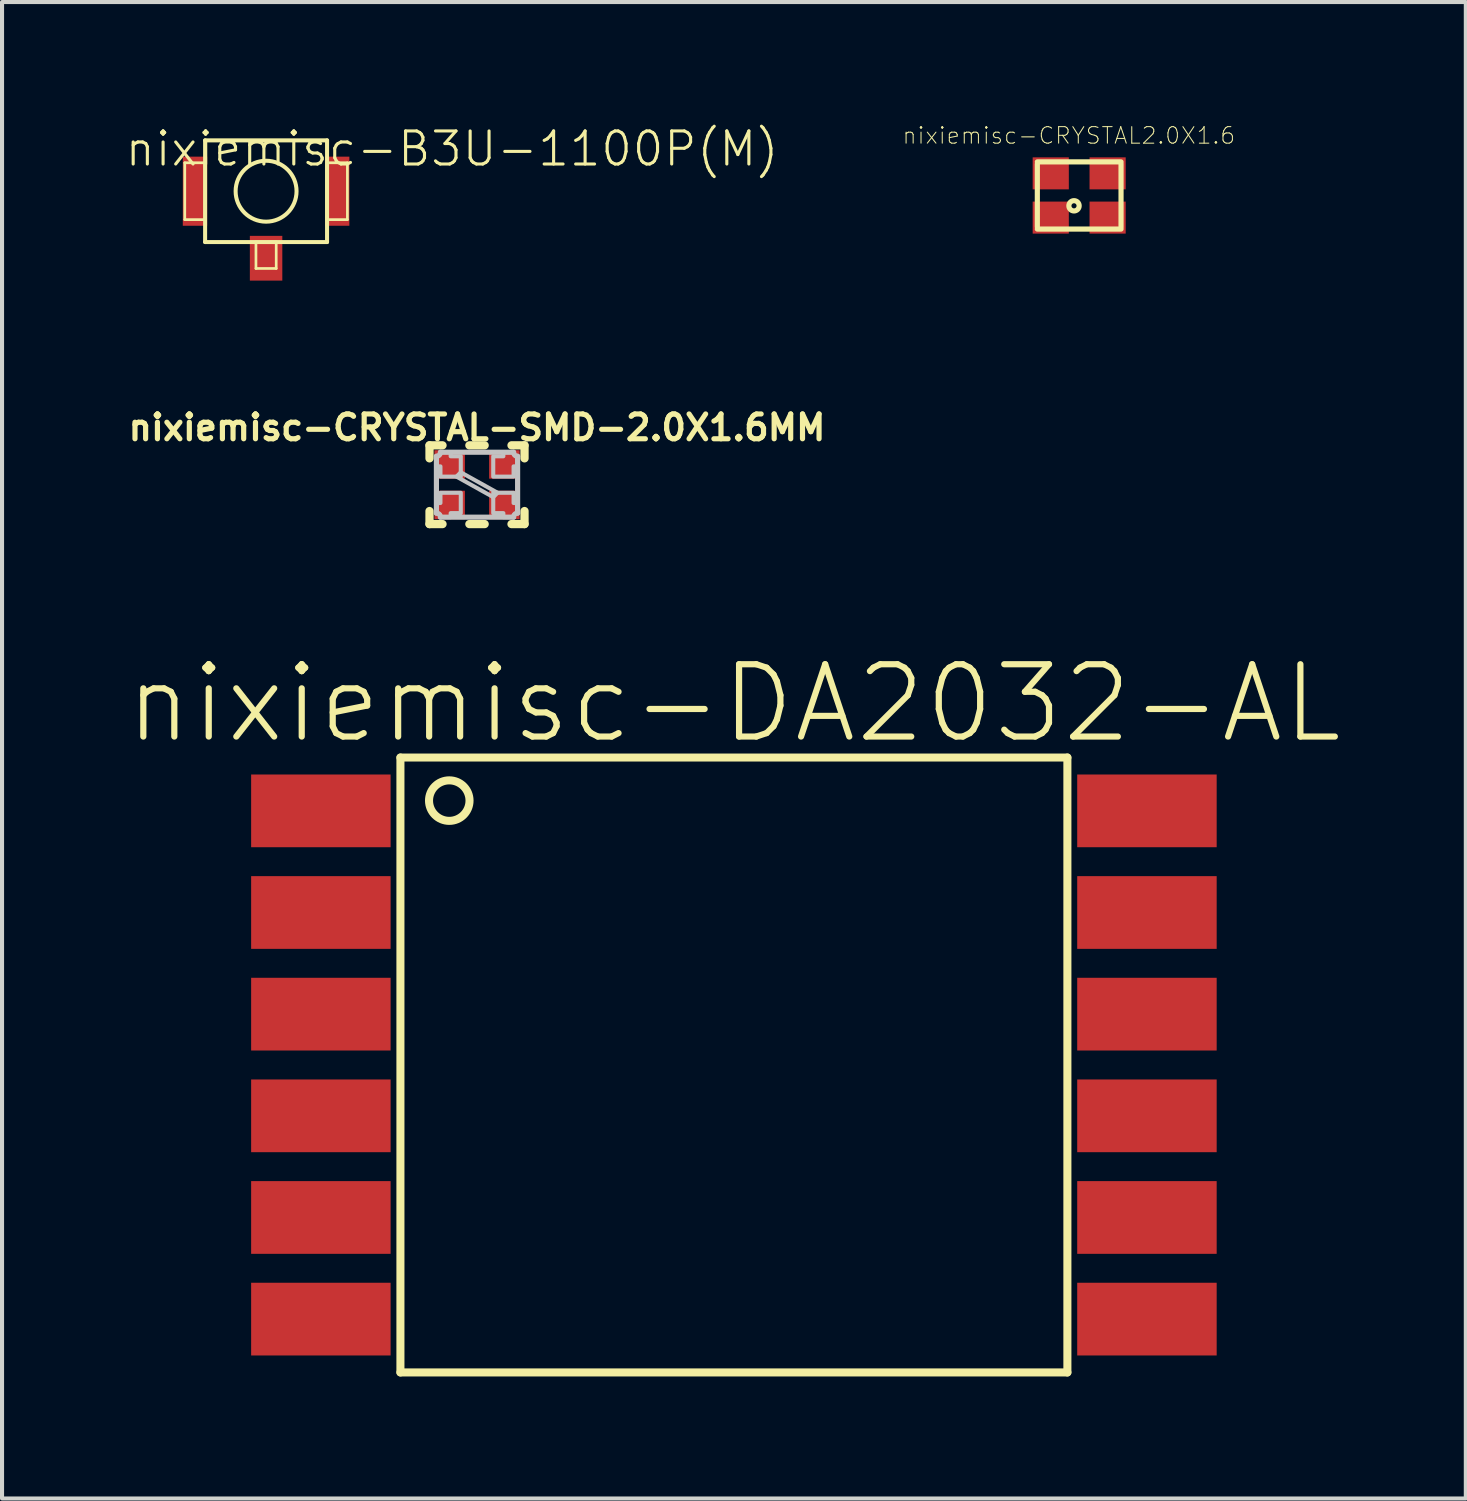
<source format=kicad_pcb>
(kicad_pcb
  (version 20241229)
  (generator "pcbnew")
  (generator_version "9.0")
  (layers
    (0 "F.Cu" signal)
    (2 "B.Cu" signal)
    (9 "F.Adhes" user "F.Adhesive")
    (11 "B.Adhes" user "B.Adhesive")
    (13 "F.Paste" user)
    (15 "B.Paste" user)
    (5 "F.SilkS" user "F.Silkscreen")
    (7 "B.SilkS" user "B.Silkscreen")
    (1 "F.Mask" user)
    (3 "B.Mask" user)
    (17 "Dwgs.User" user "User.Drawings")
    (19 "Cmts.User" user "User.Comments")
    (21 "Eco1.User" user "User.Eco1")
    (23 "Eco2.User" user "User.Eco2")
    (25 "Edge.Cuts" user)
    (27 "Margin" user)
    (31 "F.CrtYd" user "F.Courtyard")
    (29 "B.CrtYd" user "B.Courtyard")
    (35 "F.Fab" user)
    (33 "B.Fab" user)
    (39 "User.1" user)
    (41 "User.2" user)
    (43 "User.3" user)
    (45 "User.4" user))
  (footprint "nixiemisc-CRYSTAL2.0X1.6"
    (layer "F.Cu")
    (at 23.483 1.756)
    (property "Reference" "nixiemisc-CRYSTAL2.0X1.6" (at -0.254 -1.473 0) (layer "F.SilkS") (effects (font (size 0.406 0.406) (thickness 0.025))))
    (attr smd)
    (fp_line (start -1.029 -0.826) (end 1.029 -0.826) (stroke (width 0.127) (type solid)) (layer "F.SilkS"))
    (fp_line (start -1.029 -0.775) (end -1.029 0.775) (stroke (width 0.127) (type solid)) (layer "F.SilkS"))
    (fp_line (start -1.029 0.826) (end 1.029 0.826) (stroke (width 0.127) (type solid)) (layer "F.SilkS"))
    (fp_line (start 1.029 -0.775) (end 1.029 0.775) (stroke (width 0.127) (type solid)) (layer "F.SilkS"))
    (fp_circle (center -0.127 0.254) (end -0.127 0.191) (stroke (width 0.127) (type solid)) (fill no) (layer "F.SilkS"))
    (pad "1" smd rect (at -0.699 0.544) (size 0.889 0.787) (layers "F.Cu" "F.Mask" "F.Paste"))
    (pad "2" smd rect (at 0.699 0.544) (size 0.889 0.787) (layers "F.Cu" "F.Mask" "F.Paste"))
    (pad "3" smd rect (at 0.699 -0.544) (size 0.889 0.787) (layers "F.Cu" "F.Mask" "F.Paste"))
    (pad "4" smd rect (at -0.699 -0.544) (size 0.889 0.787) (layers "F.Cu" "F.Mask" "F.Paste")))
  (footprint "nixiemisc-B3U-1100P(M)"
    (layer "F.Cu")
    (at 3.492 1.651)
    (property "Reference" "nixiemisc-B3U-1100P(M)" (at 4.572 -1.041 0) (layer "F.SilkS") (effects (font (size 0.813 0.813) (thickness 0.076))))
    (attr smd)
    (fp_line (start -2.05 -0.848) (end -1.448 -0.848) (stroke (width 0.066) (type solid)) (layer "F.Mask"))
    (fp_line (start -2.05 0.848) (end -2.05 -0.848) (stroke (width 0.066) (type solid)) (layer "F.Mask"))
    (fp_line (start -2.05 0.848) (end -1.448 0.848) (stroke (width 0.066) (type solid)) (layer "F.Mask"))
    (fp_line (start -1.448 0.848) (end -1.448 -0.848) (stroke (width 0.066) (type solid)) (layer "F.Mask"))
    (fp_line (start -0.399 1.1) (end 0.399 1.1) (stroke (width 0.066) (type solid)) (layer "F.Mask"))
    (fp_line (start -0.399 2.2) (end -0.399 1.1) (stroke (width 0.066) (type solid)) (layer "F.Mask"))
    (fp_line (start -0.399 2.2) (end 0.399 2.2) (stroke (width 0.066) (type solid)) (layer "F.Mask"))
    (fp_line (start 0.399 2.2) (end 0.399 1.1) (stroke (width 0.066) (type solid)) (layer "F.Mask"))
    (fp_line (start 1.448 -0.848) (end 2.05 -0.848) (stroke (width 0.066) (type solid)) (layer "F.Mask"))
    (fp_line (start 1.448 0.848) (end 1.448 -0.848) (stroke (width 0.066) (type solid)) (layer "F.Mask"))
    (fp_line (start 1.448 0.848) (end 2.05 0.848) (stroke (width 0.066) (type solid)) (layer "F.Mask"))
    (fp_line (start 2.05 0.848) (end 2.05 -0.848) (stroke (width 0.066) (type solid)) (layer "F.Mask"))
    (fp_line (start -1.999 -0.699) (end -1.499 -0.699) (stroke (width 0.066) (type solid)) (layer "F.SilkS"))
    (fp_line (start -1.999 0.699) (end -1.999 -0.699) (stroke (width 0.066) (type solid)) (layer "F.SilkS"))
    (fp_line (start -1.999 0.699) (end -1.499 0.699) (stroke (width 0.066) (type solid)) (layer "F.SilkS"))
    (fp_line (start -1.499 -1.25) (end 1.499 -1.25) (stroke (width 0.099) (type solid)) (layer "F.SilkS"))
    (fp_line (start -1.499 0.699) (end -1.499 -0.699) (stroke (width 0.066) (type solid)) (layer "F.SilkS"))
    (fp_line (start -1.499 1.25) (end -1.499 -1.25) (stroke (width 0.099) (type solid)) (layer "F.SilkS"))
    (fp_line (start -0.249 1.25) (end 0.249 1.25) (stroke (width 0.066) (type solid)) (layer "F.SilkS"))
    (fp_line (start -0.249 1.9) (end -0.249 1.25) (stroke (width 0.066) (type solid)) (layer "F.SilkS"))
    (fp_line (start -0.249 1.9) (end 0.249 1.9) (stroke (width 0.066) (type solid)) (layer "F.SilkS"))
    (fp_line (start 0.249 1.9) (end 0.249 1.25) (stroke (width 0.066) (type solid)) (layer "F.SilkS"))
    (fp_line (start 1.499 -1.25) (end 1.499 1.25) (stroke (width 0.099) (type solid)) (layer "F.SilkS"))
    (fp_line (start 1.499 -0.699) (end 1.499 0.699) (stroke (width 0.066) (type solid)) (layer "F.SilkS"))
    (fp_line (start 1.499 1.25) (end -1.499 1.25) (stroke (width 0.099) (type solid)) (layer "F.SilkS"))
    (fp_line (start 1.999 -0.699) (end 1.499 -0.699) (stroke (width 0.066) (type solid)) (layer "F.SilkS"))
    (fp_line (start 1.999 -0.699) (end 1.999 0.699) (stroke (width 0.066) (type solid)) (layer "F.SilkS"))
    (fp_line (start 1.999 0.699) (end 1.499 0.699) (stroke (width 0.066) (type solid)) (layer "F.SilkS"))
    (fp_circle (center 0 0) (end 0 -0.749) (stroke (width 0.099) (type solid)) (fill no) (layer "F.SilkS"))
    (pad "1" smd rect (at -1.748 0) (size 0.599 1.699) (layers "F.Cu" "F.Mask" "F.Paste"))
    (pad "2" smd rect (at 1.748 0) (size 0.599 1.699) (layers "F.Cu" "F.Mask" "F.Paste"))
    (pad "GND" smd rect (at 0 1.648) (size 0.798 1.1) (layers "F.Cu" "F.Mask" "F.Paste")))
  (footprint "nixiemisc-CRYSTAL-SMD-2.0X1.6MM"
    (layer "F.Cu")
    (at 8.678 8.867)
    (property "Reference" "nixiemisc-CRYSTAL-SMD-2.0X1.6MM" (at 0 -1.405 0) (layer "F.SilkS") (effects (font (size 0.61 0.61) (thickness 0.127))))
    (attr smd)
    (fp_line (start -1.168 -0.648) (end -1.168 -0.968) (stroke (width 0.203) (type solid)) (layer "F.SilkS"))
    (fp_line (start -1.168 0.648) (end -1.168 0.968) (stroke (width 0.203) (type solid)) (layer "F.SilkS"))
    (fp_line (start -0.848 -0.968) (end -1.168 -0.968) (stroke (width 0.203) (type solid)) (layer "F.SilkS"))
    (fp_line (start -0.848 0.968) (end -1.168 0.968) (stroke (width 0.203) (type solid)) (layer "F.SilkS"))
    (fp_line (start -0.188 0.968) (end 0.188 0.968) (stroke (width 0.203) (type solid)) (layer "F.SilkS"))
    (fp_line (start 0.188 -0.968) (end -0.188 -0.968) (stroke (width 0.203) (type solid)) (layer "F.SilkS"))
    (fp_line (start 0.848 -0.968) (end 1.168 -0.968) (stroke (width 0.203) (type solid)) (layer "F.SilkS"))
    (fp_line (start 0.848 0.968) (end 1.168 0.968) (stroke (width 0.203) (type solid)) (layer "F.SilkS"))
    (fp_line (start 1.168 -0.648) (end 1.168 -0.968) (stroke (width 0.203) (type solid)) (layer "F.SilkS"))
    (fp_line (start 1.168 0.648) (end 1.168 0.968) (stroke (width 0.203) (type solid)) (layer "F.SilkS"))
    (fp_line (start -0.998 -0.699) (end -0.998 0.699) (stroke (width 0.127) (type solid)) (layer "Dwgs.User"))
    (fp_line (start -0.899 0.798) (end 0.899 0.798) (stroke (width 0.127) (type solid)) (layer "Dwgs.User"))
    (fp_line (start 0.899 -0.798) (end -0.899 -0.798) (stroke (width 0.127) (type solid)) (layer "Dwgs.User"))
    (fp_line (start 0.998 0.699) (end 0.998 -0.699) (stroke (width 0.127) (type solid)) (layer "Dwgs.User"))
    (fp_arc (start -0.99822 0.6985) (mid -0.928174 0.727514) (end -0.89916 0.79756) (stroke (width 0.127) (type solid)) (layer "Dwgs.User"))
    (fp_arc (start -0.89916 -0.79756) (mid -0.928174 -0.727514) (end -0.99822 -0.6985) (stroke (width 0.127) (type solid)) (layer "Dwgs.User"))
    (fp_arc (start 0.89916 0.79756) (mid 0.928174 0.727514) (end 0.99822 0.6985) (stroke (width 0.127) (type solid)) (layer "Dwgs.User"))
    (fp_arc (start 0.99822 -0.6985) (mid 0.928174 -0.727514) (end 0.89916 -0.79756) (stroke (width 0.127) (type solid)) (layer "Dwgs.User"))
    (fp_poly (pts (xy 0.505 0.198) (xy -0.399 -0.305) (xy -0.505 -0.198) (xy 0.399 0.305) (xy 0.505 0.198)) (stroke (width 0.1) (type solid)) (fill no) (layer "Dwgs.User"))
    (fp_poly (pts (xy -0.399 -0.198) (xy -0.399 -0.699) (xy -0.648 -0.699) (xy -0.648 -0.798) (xy -0.899 -0.798) (xy -0.904 -0.767) (xy -0.917 -0.739) (xy -0.94 -0.719) (xy -0.968 -0.704) (xy -0.998 -0.699) (xy -0.998 -0.45) (xy -0.899 -0.45) (xy -0.899 -0.198) (xy -0.399 -0.198)) (stroke (width 0.1) (type solid)) (fill no) (layer "Dwgs.User"))
    (fp_poly (pts (xy -0.399 0.198) (xy -0.399 0.699) (xy -0.648 0.699) (xy -0.648 0.798) (xy -0.899 0.798) (xy -0.904 0.767) (xy -0.917 0.739) (xy -0.94 0.719) (xy -0.968 0.704) (xy -0.998 0.699) (xy -0.998 0.45) (xy -0.899 0.45) (xy -0.899 0.198) (xy -0.399 0.198)) (stroke (width 0.1) (type solid)) (fill no) (layer "Dwgs.User"))
    (fp_poly (pts (xy 0.399 -0.198) (xy 0.399 -0.699) (xy 0.648 -0.699) (xy 0.648 -0.798) (xy 0.899 -0.798) (xy 0.904 -0.767) (xy 0.917 -0.739) (xy 0.94 -0.719) (xy 0.968 -0.704) (xy 0.998 -0.699) (xy 0.998 -0.45) (xy 0.899 -0.45) (xy 0.899 -0.198) (xy 0.399 -0.198)) (stroke (width 0.1) (type solid)) (fill no) (layer "Dwgs.User"))
    (fp_poly (pts (xy 0.399 0.198) (xy 0.399 0.699) (xy 0.648 0.699) (xy 0.648 0.798) (xy 0.899 0.798) (xy 0.904 0.767) (xy 0.917 0.739) (xy 0.94 0.719) (xy 0.968 0.704) (xy 0.998 0.699) (xy 0.998 0.45) (xy 0.899 0.45) (xy 0.899 0.198) (xy 0.399 0.198)) (stroke (width 0.1) (type solid)) (fill no) (layer "Dwgs.User"))
    (pad "1" smd rect (at -0.673 0.498) (size 0.749 0.699) (layers "F.Cu" "F.Mask" "F.Paste"))
    (pad "2" smd rect (at 0.673 0.498 180) (size 0.749 0.699) (layers "F.Cu" "F.Mask" "F.Paste"))
    (pad "3" smd rect (at 0.673 -0.498 180) (size 0.749 0.699) (layers "F.Cu" "F.Mask" "F.Paste"))
    (pad "4" smd rect (at -0.673 -0.498) (size 0.749 0.699) (layers "F.Cu" "F.Mask" "F.Paste")))
  (footprint "nixiemisc-DA2032-AL"
    (layer "F.Cu")
    (at 14.994 23.134)
    (property "Reference" "nixiemisc-DA2032-AL" (at 0 -8.89 0) (layer "F.SilkS") (effects (font (size 1.778 1.778) (thickness 0.152))))
    (attr smd)
    (fp_line (start -8.199 -7.559) (end 8.199 -7.559) (stroke (width 0.198) (type solid)) (layer "F.SilkS"))
    (fp_line (start -8.199 7.559) (end -8.199 -7.559) (stroke (width 0.198) (type solid)) (layer "F.SilkS"))
    (fp_line (start 8.199 -7.559) (end 8.199 7.559) (stroke (width 0.198) (type solid)) (layer "F.SilkS"))
    (fp_line (start 8.199 7.559) (end -8.199 7.559) (stroke (width 0.198) (type solid)) (layer "F.SilkS"))
    (fp_circle (center -6.998 -6.5) (end -6.998 -6.998) (stroke (width 0.198) (type solid)) (fill no) (layer "F.SilkS"))
    (pad "P$1" smd rect (at -10.155 -6.248) (size 3.429 1.788) (layers "F.Cu" "F.Mask" "F.Paste"))
    (pad "P$2" smd rect (at -10.155 -3.749) (size 3.429 1.788) (layers "F.Cu" "F.Mask" "F.Paste"))
    (pad "P$3" smd rect (at -10.155 -1.25) (size 3.429 1.788) (layers "F.Cu" "F.Mask" "F.Paste"))
    (pad "P$4" smd rect (at -10.155 1.25) (size 3.429 1.788) (layers "F.Cu" "F.Mask" "F.Paste"))
    (pad "P$5" smd rect (at -10.155 3.749) (size 3.429 1.788) (layers "F.Cu" "F.Mask" "F.Paste"))
    (pad "P$6" smd rect (at -10.155 6.248) (size 3.429 1.788) (layers "F.Cu" "F.Mask" "F.Paste"))
    (pad "P$7" smd rect (at 10.155 6.248) (size 3.429 1.788) (layers "F.Cu" "F.Mask" "F.Paste"))
    (pad "P$8" smd rect (at 10.155 3.749) (size 3.429 1.788) (layers "F.Cu" "F.Mask" "F.Paste"))
    (pad "P$9" smd rect (at 10.155 1.25) (size 3.429 1.788) (layers "F.Cu" "F.Mask" "F.Paste"))
    (pad "P$10" smd rect (at 10.155 -1.25) (size 3.429 1.788) (layers "F.Cu" "F.Mask" "F.Paste"))
    (pad "P$11" smd rect (at 10.155 -3.749) (size 3.429 1.788) (layers "F.Cu" "F.Mask" "F.Paste"))
    (pad "P$12" smd rect (at 10.155 -6.248) (size 3.429 1.788) (layers "F.Cu" "F.Mask" "F.Paste")))
  (gr_rect
    (start -3 -3)
    (end 32.989 33.792)
    (stroke (width 0.1) (type default))
    (fill no)
    (layer "Edge.Cuts")))
</source>
